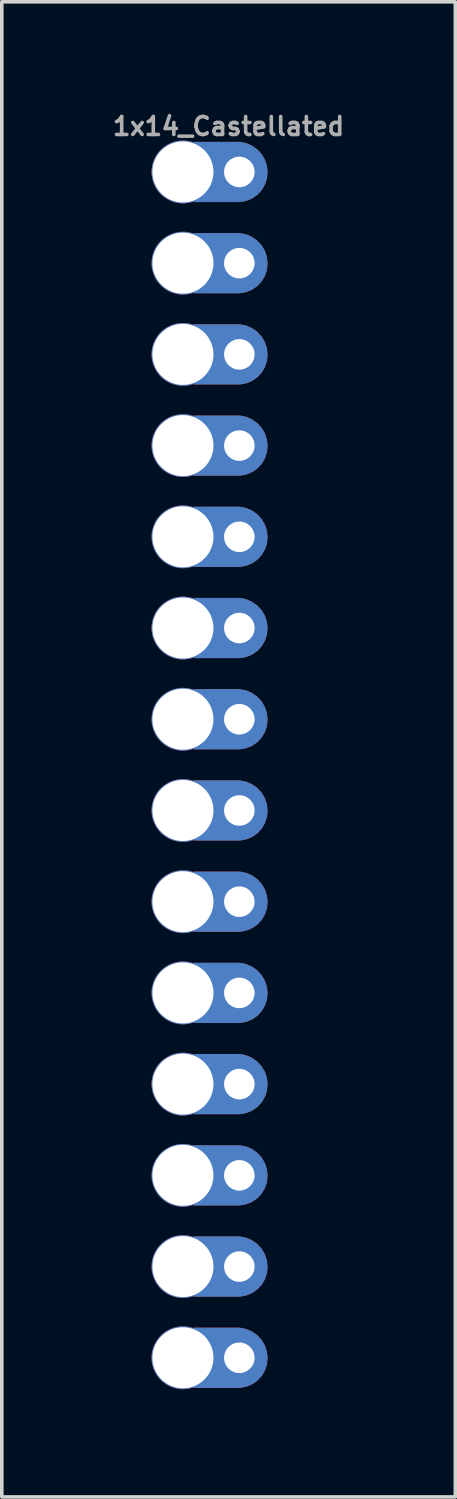
<source format=kicad_pcb>
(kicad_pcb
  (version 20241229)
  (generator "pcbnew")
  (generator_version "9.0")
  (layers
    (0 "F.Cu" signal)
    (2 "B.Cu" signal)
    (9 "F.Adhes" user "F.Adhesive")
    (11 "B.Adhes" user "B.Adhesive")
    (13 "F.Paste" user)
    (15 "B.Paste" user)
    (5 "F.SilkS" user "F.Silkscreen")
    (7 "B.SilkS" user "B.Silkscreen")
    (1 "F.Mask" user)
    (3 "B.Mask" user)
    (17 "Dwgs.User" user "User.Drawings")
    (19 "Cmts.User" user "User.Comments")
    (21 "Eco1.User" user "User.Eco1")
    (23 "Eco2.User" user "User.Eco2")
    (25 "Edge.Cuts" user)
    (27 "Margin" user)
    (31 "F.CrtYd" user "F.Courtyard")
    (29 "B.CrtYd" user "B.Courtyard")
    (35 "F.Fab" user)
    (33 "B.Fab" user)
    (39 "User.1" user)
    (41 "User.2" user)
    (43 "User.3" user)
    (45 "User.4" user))
  (footprint "1x14_Castellated"
    (layer "F.Cu")
    (at 3.314 34.758)
    (property "Reference" "1x14_Castellated" (at 0 -34.29 180) (layer "F.Fab") (effects (font (size 0.5 0.5) (thickness 0.1))))
    (fp_poly (pts (xy 0.554 -32.766) (xy 0.554 -33.274) (xy 0.046 -33.274) (xy 0.046 -32.766)) (stroke (width 0.1) (type default)) (fill no) (layer "F.Fab"))
    (fp_poly (pts (xy 0.554 -30.226) (xy 0.554 -30.734) (xy 0.046 -30.734) (xy 0.046 -30.226)) (stroke (width 0.1) (type default)) (fill no) (layer "F.Fab"))
    (fp_poly (pts (xy 0.554 -27.686) (xy 0.554 -28.194) (xy 0.046 -28.194) (xy 0.046 -27.686)) (stroke (width 0.1) (type default)) (fill no) (layer "F.Fab"))
    (fp_poly (pts (xy 0.554 -25.146) (xy 0.554 -25.654) (xy 0.046 -25.654) (xy 0.046 -25.146)) (stroke (width 0.1) (type default)) (fill no) (layer "F.Fab"))
    (fp_poly (pts (xy 0.554 -22.606) (xy 0.554 -23.114) (xy 0.046 -23.114) (xy 0.046 -22.606)) (stroke (width 0.1) (type default)) (fill no) (layer "F.Fab"))
    (fp_poly (pts (xy 0.554 -20.066) (xy 0.554 -20.574) (xy 0.046 -20.574) (xy 0.046 -20.066)) (stroke (width 0.1) (type default)) (fill no) (layer "F.Fab"))
    (fp_poly (pts (xy 0.554 -17.526) (xy 0.554 -18.034) (xy 0.046 -18.034) (xy 0.046 -17.526)) (stroke (width 0.1) (type default)) (fill no) (layer "F.Fab"))
    (fp_poly (pts (xy 0.554 -14.986) (xy 0.554 -15.494) (xy 0.046 -15.494) (xy 0.046 -14.986)) (stroke (width 0.1) (type default)) (fill no) (layer "F.Fab"))
    (fp_poly (pts (xy 0.554 -12.446) (xy 0.554 -12.954) (xy 0.046 -12.954) (xy 0.046 -12.446)) (stroke (width 0.1) (type default)) (fill no) (layer "F.Fab"))
    (fp_poly (pts (xy 0.554 -9.906) (xy 0.554 -10.414) (xy 0.046 -10.414) (xy 0.046 -9.906)) (stroke (width 0.1) (type default)) (fill no) (layer "F.Fab"))
    (fp_poly (pts (xy 0.554 -7.366) (xy 0.554 -7.874) (xy 0.046 -7.874) (xy 0.046 -7.366)) (stroke (width 0.1) (type default)) (fill no) (layer "F.Fab"))
    (fp_poly (pts (xy 0.554 -4.826) (xy 0.554 -5.334) (xy 0.046 -5.334) (xy 0.046 -4.826)) (stroke (width 0.1) (type default)) (fill no) (layer "F.Fab"))
    (fp_poly (pts (xy 0.554 -2.286) (xy 0.554 -2.794) (xy 0.046 -2.794) (xy 0.046 -2.286)) (stroke (width 0.1) (type default)) (fill no) (layer "F.Fab"))
    (fp_poly (pts (xy 0.554 0.254) (xy 0.554 -0.254) (xy 0.046 -0.254) (xy 0.046 0.254)) (stroke (width 0.1) (type default)) (fill no) (layer "F.Fab"))
    (pad "1" thru_hole custom (at 0.3 0 180) (size 1.016 1.016) (drill 0.85) (layers "*.Cu" "*.Mask") (remove_unused_layers yes) (keep_end_layers yes) (zone_layer_connections) (options (anchor circle)) (primitives (gr_poly (pts (xy -0.189 0.803) (xy -0.352 0.733) (xy -0.498 0.63) (xy -0.619 0.499) (xy -0.71 0.346) (xy -0.767 0.177) (xy -0.787 0.001) (xy -0.787 -0.001) (xy -0.771 -0.179) (xy -0.716 -0.349) (xy -0.625 -0.505) (xy -0.504 -0.636) (xy -0.356 -0.739) (xy -0.19 -0.807) (xy -0.014 -0.838) (xy 1.27 -0.838) (xy 1.27 0.838) (xy -0.014 0.838)) (width 0) (fill yes))))
    (pad "1B" thru_hole circle (at -1.27 0) (size 1.75 1.75) (drill 1.7) (layers "*.Cu" "*.Mask") (remove_unused_layers yes) (keep_end_layers yes) (zone_layer_connections))
    (pad "2" thru_hole custom (at 0.3 -2.54 180) (size 1.016 1.016) (drill 0.85) (layers "*.Cu" "*.Mask") (remove_unused_layers yes) (keep_end_layers yes) (zone_layer_connections) (options (anchor circle)) (primitives (gr_poly (pts (xy -0.189 0.803) (xy -0.352 0.733) (xy -0.498 0.63) (xy -0.619 0.499) (xy -0.71 0.346) (xy -0.767 0.177) (xy -0.787 0.001) (xy -0.787 -0.001) (xy -0.771 -0.179) (xy -0.716 -0.349) (xy -0.625 -0.505) (xy -0.504 -0.636) (xy -0.356 -0.739) (xy -0.19 -0.807) (xy -0.014 -0.838) (xy 1.27 -0.838) (xy 1.27 0.838) (xy -0.014 0.838)) (width 0) (fill yes))))
    (pad "2B" thru_hole circle (at -1.27 -2.54) (size 1.75 1.75) (drill 1.7) (layers "*.Cu" "*.Mask") (remove_unused_layers yes) (keep_end_layers yes) (zone_layer_connections))
    (pad "3" thru_hole custom (at 0.3 -5.08 180) (size 1.016 1.016) (drill 0.85) (layers "*.Cu" "*.Mask") (remove_unused_layers yes) (keep_end_layers yes) (zone_layer_connections) (options (anchor circle)) (primitives (gr_poly (pts (xy -0.189 0.803) (xy -0.352 0.733) (xy -0.498 0.63) (xy -0.619 0.499) (xy -0.71 0.346) (xy -0.767 0.177) (xy -0.787 0.001) (xy -0.787 -0.001) (xy -0.771 -0.179) (xy -0.716 -0.349) (xy -0.625 -0.505) (xy -0.504 -0.636) (xy -0.356 -0.739) (xy -0.19 -0.807) (xy -0.014 -0.838) (xy 1.27 -0.838) (xy 1.27 0.838) (xy -0.014 0.838)) (width 0) (fill yes))))
    (pad "3B" thru_hole circle (at -1.27 -5.08) (size 1.75 1.75) (drill 1.7) (layers "*.Cu" "*.Mask") (remove_unused_layers yes) (keep_end_layers yes) (zone_layer_connections))
    (pad "4" thru_hole custom (at 0.3 -7.62 180) (size 1.016 1.016) (drill 0.85) (layers "*.Cu" "*.Mask") (remove_unused_layers yes) (keep_end_layers yes) (zone_layer_connections) (options (anchor circle)) (primitives (gr_poly (pts (xy -0.189 0.803) (xy -0.352 0.733) (xy -0.498 0.63) (xy -0.619 0.499) (xy -0.71 0.346) (xy -0.767 0.177) (xy -0.787 0.001) (xy -0.787 -0.001) (xy -0.771 -0.179) (xy -0.716 -0.349) (xy -0.625 -0.505) (xy -0.504 -0.636) (xy -0.356 -0.739) (xy -0.19 -0.807) (xy -0.014 -0.838) (xy 1.27 -0.838) (xy 1.27 0.838) (xy -0.014 0.838)) (width 0) (fill yes))))
    (pad "4B" thru_hole circle (at -1.27 -7.62) (size 1.75 1.75) (drill 1.7) (layers "*.Cu" "*.Mask") (remove_unused_layers yes) (keep_end_layers yes) (zone_layer_connections))
    (pad "5" thru_hole custom (at 0.3 -10.16 180) (size 1.016 1.016) (drill 0.85) (layers "*.Cu" "*.Mask") (remove_unused_layers yes) (keep_end_layers yes) (zone_layer_connections) (options (anchor circle)) (primitives (gr_poly (pts (xy -0.189 0.803) (xy -0.352 0.733) (xy -0.498 0.63) (xy -0.619 0.499) (xy -0.71 0.346) (xy -0.767 0.177) (xy -0.787 0.001) (xy -0.787 -0.001) (xy -0.771 -0.179) (xy -0.716 -0.349) (xy -0.625 -0.505) (xy -0.504 -0.636) (xy -0.356 -0.739) (xy -0.19 -0.807) (xy -0.014 -0.838) (xy 1.27 -0.838) (xy 1.27 0.838) (xy -0.014 0.838)) (width 0) (fill yes))))
    (pad "5B" thru_hole circle (at -1.27 -10.16) (size 1.75 1.75) (drill 1.7) (layers "*.Cu" "*.Mask") (remove_unused_layers yes) (keep_end_layers yes) (zone_layer_connections))
    (pad "6" thru_hole custom (at 0.3 -12.7 180) (size 1.016 1.016) (drill 0.85) (layers "*.Cu" "*.Mask") (remove_unused_layers yes) (keep_end_layers yes) (zone_layer_connections) (options (anchor circle)) (primitives (gr_poly (pts (xy -0.189 0.803) (xy -0.352 0.733) (xy -0.498 0.63) (xy -0.619 0.499) (xy -0.71 0.346) (xy -0.767 0.177) (xy -0.787 0.001) (xy -0.787 -0.001) (xy -0.771 -0.179) (xy -0.716 -0.349) (xy -0.625 -0.505) (xy -0.504 -0.636) (xy -0.356 -0.739) (xy -0.19 -0.807) (xy -0.014 -0.838) (xy 1.27 -0.838) (xy 1.27 0.838) (xy -0.014 0.838)) (width 0) (fill yes))))
    (pad "6B" thru_hole circle (at -1.27 -12.7) (size 1.75 1.75) (drill 1.7) (layers "*.Cu" "*.Mask") (remove_unused_layers yes) (keep_end_layers yes) (zone_layer_connections))
    (pad "7" thru_hole custom (at 0.3 -15.24 180) (size 1.016 1.016) (drill 0.85) (layers "*.Cu" "*.Mask") (remove_unused_layers yes) (keep_end_layers yes) (zone_layer_connections) (options (anchor circle)) (primitives (gr_poly (pts (xy -0.189 0.803) (xy -0.352 0.733) (xy -0.498 0.63) (xy -0.619 0.499) (xy -0.71 0.346) (xy -0.767 0.177) (xy -0.787 0.001) (xy -0.787 -0.001) (xy -0.771 -0.179) (xy -0.716 -0.349) (xy -0.625 -0.505) (xy -0.504 -0.636) (xy -0.356 -0.739) (xy -0.19 -0.807) (xy -0.014 -0.838) (xy 1.27 -0.838) (xy 1.27 0.838) (xy -0.014 0.838)) (width 0) (fill yes))))
    (pad "7B" thru_hole circle (at -1.27 -15.24) (size 1.75 1.75) (drill 1.7) (layers "*.Cu" "*.Mask") (remove_unused_layers yes) (keep_end_layers yes) (zone_layer_connections))
    (pad "8" thru_hole custom (at 0.3 -17.78 180) (size 1.016 1.016) (drill 0.85) (layers "*.Cu" "*.Mask") (remove_unused_layers yes) (keep_end_layers yes) (zone_layer_connections) (options (anchor circle)) (primitives (gr_poly (pts (xy -0.189 0.803) (xy -0.352 0.733) (xy -0.498 0.63) (xy -0.619 0.499) (xy -0.71 0.346) (xy -0.767 0.177) (xy -0.787 0.001) (xy -0.787 -0.001) (xy -0.771 -0.179) (xy -0.716 -0.349) (xy -0.625 -0.505) (xy -0.504 -0.636) (xy -0.356 -0.739) (xy -0.19 -0.807) (xy -0.014 -0.838) (xy 1.27 -0.838) (xy 1.27 0.838) (xy -0.014 0.838)) (width 0) (fill yes))))
    (pad "8B" thru_hole circle (at -1.27 -17.78) (size 1.75 1.75) (drill 1.7) (layers "*.Cu" "*.Mask") (remove_unused_layers yes) (keep_end_layers yes) (zone_layer_connections))
    (pad "9" thru_hole custom (at 0.3 -20.32 180) (size 1.016 1.016) (drill 0.85) (layers "*.Cu" "*.Mask") (remove_unused_layers yes) (keep_end_layers yes) (zone_layer_connections) (options (anchor circle)) (primitives (gr_poly (pts (xy -0.189 0.803) (xy -0.352 0.733) (xy -0.498 0.63) (xy -0.619 0.499) (xy -0.71 0.346) (xy -0.767 0.177) (xy -0.787 0.001) (xy -0.787 -0.001) (xy -0.771 -0.179) (xy -0.716 -0.349) (xy -0.625 -0.505) (xy -0.504 -0.636) (xy -0.356 -0.739) (xy -0.19 -0.807) (xy -0.014 -0.838) (xy 1.27 -0.838) (xy 1.27 0.838) (xy -0.014 0.838)) (width 0) (fill yes))))
    (pad "9B" thru_hole circle (at -1.27 -20.32) (size 1.75 1.75) (drill 1.7) (layers "*.Cu" "*.Mask") (remove_unused_layers yes) (keep_end_layers yes) (zone_layer_connections))
    (pad "10" thru_hole custom (at 0.3 -22.86 180) (size 1.016 1.016) (drill 0.85) (layers "*.Cu" "*.Mask") (remove_unused_layers yes) (keep_end_layers yes) (zone_layer_connections) (options (anchor circle)) (primitives (gr_poly (pts (xy -0.189 0.803) (xy -0.352 0.733) (xy -0.498 0.63) (xy -0.619 0.499) (xy -0.71 0.346) (xy -0.767 0.177) (xy -0.787 0.001) (xy -0.787 -0.001) (xy -0.771 -0.179) (xy -0.716 -0.349) (xy -0.625 -0.505) (xy -0.504 -0.636) (xy -0.356 -0.739) (xy -0.19 -0.807) (xy -0.014 -0.838) (xy 1.27 -0.838) (xy 1.27 0.838) (xy -0.014 0.838)) (width 0) (fill yes))))
    (pad "10B" thru_hole circle (at -1.27 -22.86) (size 1.75 1.75) (drill 1.7) (layers "*.Cu" "*.Mask") (remove_unused_layers yes) (keep_end_layers yes) (zone_layer_connections))
    (pad "11" thru_hole custom (at 0.3 -25.4 180) (size 1.016 1.016) (drill 0.85) (layers "*.Cu" "*.Mask") (remove_unused_layers yes) (keep_end_layers yes) (zone_layer_connections) (options (anchor circle)) (primitives (gr_poly (pts (xy -0.189 0.803) (xy -0.352 0.733) (xy -0.498 0.63) (xy -0.619 0.499) (xy -0.71 0.346) (xy -0.767 0.177) (xy -0.787 0.001) (xy -0.787 -0.001) (xy -0.771 -0.179) (xy -0.716 -0.349) (xy -0.625 -0.505) (xy -0.504 -0.636) (xy -0.356 -0.739) (xy -0.19 -0.807) (xy -0.014 -0.838) (xy 1.27 -0.838) (xy 1.27 0.838) (xy -0.014 0.838)) (width 0) (fill yes))))
    (pad "11B" thru_hole circle (at -1.27 -25.4) (size 1.75 1.75) (drill 1.7) (layers "*.Cu" "*.Mask") (remove_unused_layers yes) (keep_end_layers yes) (zone_layer_connections))
    (pad "12" thru_hole custom (at 0.3 -27.94 180) (size 1.016 1.016) (drill 0.85) (layers "*.Cu" "*.Mask") (remove_unused_layers yes) (keep_end_layers yes) (zone_layer_connections) (options (anchor circle)) (primitives (gr_poly (pts (xy -0.189 0.803) (xy -0.352 0.733) (xy -0.498 0.63) (xy -0.619 0.499) (xy -0.71 0.346) (xy -0.767 0.177) (xy -0.787 0.001) (xy -0.787 -0.001) (xy -0.771 -0.179) (xy -0.716 -0.349) (xy -0.625 -0.505) (xy -0.504 -0.636) (xy -0.356 -0.739) (xy -0.19 -0.807) (xy -0.014 -0.838) (xy 1.27 -0.838) (xy 1.27 0.838) (xy -0.014 0.838)) (width 0) (fill yes))))
    (pad "12B" thru_hole circle (at -1.27 -27.94) (size 1.75 1.75) (drill 1.7) (layers "*.Cu" "*.Mask") (remove_unused_layers yes) (keep_end_layers yes) (zone_layer_connections))
    (pad "13" thru_hole custom (at 0.3 -30.48 180) (size 1.016 1.016) (drill 0.85) (layers "*.Cu" "*.Mask") (remove_unused_layers yes) (keep_end_layers yes) (zone_layer_connections) (options (anchor circle)) (primitives (gr_poly (pts (xy -0.189 0.803) (xy -0.352 0.733) (xy -0.498 0.63) (xy -0.619 0.499) (xy -0.71 0.346) (xy -0.767 0.177) (xy -0.787 0.001) (xy -0.787 -0.001) (xy -0.771 -0.179) (xy -0.716 -0.349) (xy -0.625 -0.505) (xy -0.504 -0.636) (xy -0.356 -0.739) (xy -0.19 -0.807) (xy -0.014 -0.838) (xy 1.27 -0.838) (xy 1.27 0.838) (xy -0.014 0.838)) (width 0) (fill yes))))
    (pad "13B" thru_hole circle (at -1.27 -30.48) (size 1.75 1.75) (drill 1.7) (layers "*.Cu" "*.Mask") (remove_unused_layers yes) (keep_end_layers yes) (zone_layer_connections))
    (pad "14" thru_hole custom (at 0.3 -33.02 180) (size 1.016 1.016) (drill 0.85) (layers "*.Cu" "*.Mask") (remove_unused_layers yes) (keep_end_layers yes) (zone_layer_connections) (options (anchor circle)) (primitives (gr_poly (pts (xy -0.189 0.803) (xy -0.352 0.733) (xy -0.498 0.63) (xy -0.619 0.499) (xy -0.71 0.346) (xy -0.767 0.177) (xy -0.787 0.001) (xy -0.787 -0.001) (xy -0.771 -0.179) (xy -0.716 -0.349) (xy -0.625 -0.505) (xy -0.504 -0.636) (xy -0.356 -0.739) (xy -0.19 -0.807) (xy -0.014 -0.838) (xy 1.27 -0.838) (xy 1.27 0.838) (xy -0.014 0.838)) (width 0) (fill yes))))
    (pad "14B" thru_hole circle (at -1.27 -33.02) (size 1.75 1.75) (drill 1.7) (layers "*.Cu" "*.Mask") (remove_unused_layers yes) (keep_end_layers yes) (zone_layer_connections)))
  (gr_rect
    (start -3 -3)
    (end 9.629 38.633)
    (stroke (width 0.1) (type default))
    (fill no)
    (layer "Edge.Cuts")))
</source>
